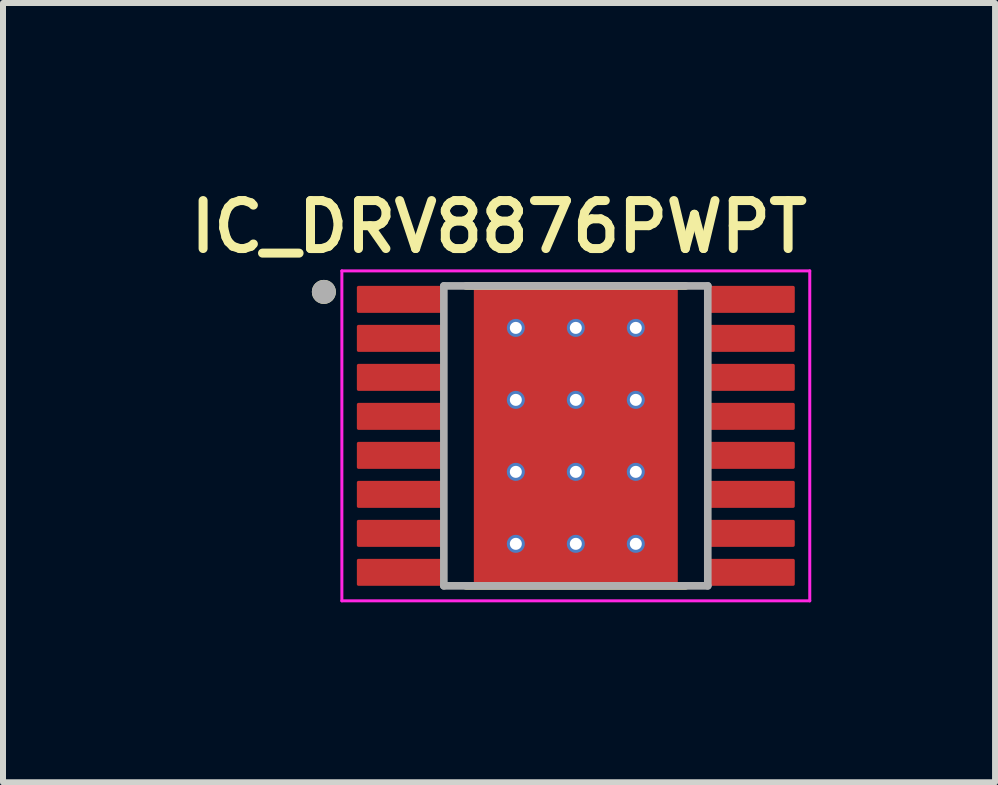
<source format=kicad_pcb>
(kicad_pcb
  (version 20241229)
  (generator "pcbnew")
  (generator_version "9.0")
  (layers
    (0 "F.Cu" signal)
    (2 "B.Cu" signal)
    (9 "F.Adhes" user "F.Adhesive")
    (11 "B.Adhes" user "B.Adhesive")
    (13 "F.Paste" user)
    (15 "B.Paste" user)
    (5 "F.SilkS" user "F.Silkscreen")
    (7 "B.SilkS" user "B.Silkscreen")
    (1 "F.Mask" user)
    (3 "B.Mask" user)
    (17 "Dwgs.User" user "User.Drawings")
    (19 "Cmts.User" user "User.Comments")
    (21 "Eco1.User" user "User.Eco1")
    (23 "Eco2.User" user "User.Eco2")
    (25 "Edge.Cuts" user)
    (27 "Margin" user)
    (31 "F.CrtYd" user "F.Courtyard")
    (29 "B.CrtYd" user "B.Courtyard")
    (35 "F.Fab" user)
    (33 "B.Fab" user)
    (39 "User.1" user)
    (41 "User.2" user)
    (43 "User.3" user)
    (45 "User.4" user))
  (footprint "IC_DRV8876PWPT"
    (layer "F.Cu")
    (at 6.549 4.216)
    (property "Reference" "IC_DRV8876PWPT" (at -1.28 -3.485 0) (layer "F.SilkS") (effects (font (size 0.8 0.8) (thickness 0.15))))
    (attr through_hole)
    (fp_poly (pts (xy -1.23 -1.155) (xy 1.23 -1.155) (xy 1.23 1.155) (xy -1.23 1.155)) (stroke (width 0.01) (type solid)) (fill yes) (layer "F.Mask"))
    (fp_line (start -1.83 -2.5) (end 1.83 -2.5) (stroke (width 0.127) (type solid)) (layer "F.SilkS"))
    (fp_line (start -1.83 2.5) (end 1.83 2.5) (stroke (width 0.127) (type solid)) (layer "F.SilkS"))
    (fp_circle (center -4.2 -2.4) (end -4.1 -2.4) (stroke (width 0.2) (type solid)) (fill no) (layer "F.SilkS"))
    (fp_poly (pts (xy -1.23 -1.155) (xy 1.23 -1.155) (xy 1.23 1.155) (xy -1.23 1.155)) (stroke (width 0.01) (type solid)) (fill yes) (layer "F.Paste"))
    (fp_line (start -3.9 -2.75) (end -3.9 2.75) (stroke (width 0.05) (type solid)) (layer "F.CrtYd"))
    (fp_line (start -3.9 -2.75) (end 3.9 -2.75) (stroke (width 0.05) (type solid)) (layer "F.CrtYd"))
    (fp_line (start -3.9 2.75) (end 3.9 2.75) (stroke (width 0.05) (type solid)) (layer "F.CrtYd"))
    (fp_line (start 3.9 -2.75) (end 3.9 2.75) (stroke (width 0.05) (type solid)) (layer "F.CrtYd"))
    (fp_line (start -2.2 -2.5) (end -2.2 2.5) (stroke (width 0.127) (type solid)) (layer "F.Fab"))
    (fp_line (start -2.2 -2.5) (end 2.2 -2.5) (stroke (width 0.127) (type solid)) (layer "F.Fab"))
    (fp_line (start -2.2 2.5) (end 2.2 2.5) (stroke (width 0.127) (type solid)) (layer "F.Fab"))
    (fp_line (start 2.2 -2.5) (end 2.2 2.5) (stroke (width 0.127) (type solid)) (layer "F.Fab"))
    (fp_circle (center -4.2 -2.4) (end -4.1 -2.4) (stroke (width 0.2) (type solid)) (fill no) (layer "F.Fab"))
    (pad "1" smd roundrect (at -2.9 -2.275) (size 1.5 0.45) (layers "F.Cu" "F.Mask" "F.Paste") (roundrect_rratio 0.06))
    (pad "2" smd roundrect (at -2.9 -1.625) (size 1.5 0.45) (layers "F.Cu" "F.Mask" "F.Paste") (roundrect_rratio 0.06))
    (pad "3" smd roundrect (at -2.9 -0.975) (size 1.5 0.45) (layers "F.Cu" "F.Mask" "F.Paste") (roundrect_rratio 0.06))
    (pad "4" smd roundrect (at -2.9 -0.325) (size 1.5 0.45) (layers "F.Cu" "F.Mask" "F.Paste") (roundrect_rratio 0.06))
    (pad "5" smd roundrect (at -2.9 0.325) (size 1.5 0.45) (layers "F.Cu" "F.Mask" "F.Paste") (roundrect_rratio 0.06))
    (pad "6" smd roundrect (at -2.9 0.975) (size 1.5 0.45) (layers "F.Cu" "F.Mask" "F.Paste") (roundrect_rratio 0.06))
    (pad "7" smd roundrect (at -2.9 1.625) (size 1.5 0.45) (layers "F.Cu" "F.Mask" "F.Paste") (roundrect_rratio 0.06))
    (pad "8" smd roundrect (at -2.9 2.275) (size 1.5 0.45) (layers "F.Cu" "F.Mask" "F.Paste") (roundrect_rratio 0.06))
    (pad "9" smd roundrect (at 2.9 2.275) (size 1.5 0.45) (layers "F.Cu" "F.Mask" "F.Paste") (roundrect_rratio 0.06))
    (pad "10" smd roundrect (at 2.9 1.625) (size 1.5 0.45) (layers "F.Cu" "F.Mask" "F.Paste") (roundrect_rratio 0.06))
    (pad "11" smd roundrect (at 2.9 0.975) (size 1.5 0.45) (layers "F.Cu" "F.Mask" "F.Paste") (roundrect_rratio 0.06))
    (pad "12" smd roundrect (at 2.9 0.325) (size 1.5 0.45) (layers "F.Cu" "F.Mask" "F.Paste") (roundrect_rratio 0.06))
    (pad "13" smd roundrect (at 2.9 -0.325) (size 1.5 0.45) (layers "F.Cu" "F.Mask" "F.Paste") (roundrect_rratio 0.06))
    (pad "14" smd roundrect (at 2.9 -0.975) (size 1.5 0.45) (layers "F.Cu" "F.Mask" "F.Paste") (roundrect_rratio 0.06))
    (pad "15" smd roundrect (at 2.9 -1.625) (size 1.5 0.45) (layers "F.Cu" "F.Mask" "F.Paste") (roundrect_rratio 0.06))
    (pad "16" smd roundrect (at 2.9 -2.275) (size 1.5 0.45) (layers "F.Cu" "F.Mask" "F.Paste") (roundrect_rratio 0.06))
    (pad "17" smd rect (at 0 0) (size 3.4 5) (layers "F.Cu"))
    (pad "18" thru_hole circle (at -1 -1.8) (size 0.3 0.3) (drill 0.2) (layers "*.Cu"))
    (pad "19" thru_hole circle (at 0 -1.8) (size 0.3 0.3) (drill 0.2) (layers "*.Cu"))
    (pad "20" thru_hole circle (at 1 -1.8) (size 0.3 0.3) (drill 0.2) (layers "*.Cu"))
    (pad "21" thru_hole circle (at -1 -0.6) (size 0.3 0.3) (drill 0.2) (layers "*.Cu"))
    (pad "22" thru_hole circle (at 0 -0.6) (size 0.3 0.3) (drill 0.2) (layers "*.Cu"))
    (pad "23" thru_hole circle (at 1 -0.6) (size 0.3 0.3) (drill 0.2) (layers "*.Cu"))
    (pad "24" thru_hole circle (at -1 0.6) (size 0.3 0.3) (drill 0.2) (layers "*.Cu"))
    (pad "25" thru_hole circle (at 0 0.6) (size 0.3 0.3) (drill 0.2) (layers "*.Cu"))
    (pad "26" thru_hole circle (at 1 0.6) (size 0.3 0.3) (drill 0.2) (layers "*.Cu"))
    (pad "27" thru_hole circle (at -1 1.8) (size 0.3 0.3) (drill 0.2) (layers "*.Cu"))
    (pad "28" thru_hole circle (at 0 1.8) (size 0.3 0.3) (drill 0.2) (layers "*.Cu"))
    (pad "29" thru_hole circle (at 1 1.8) (size 0.3 0.3) (drill 0.2) (layers "*.Cu")))
  (gr_rect
    (start -3 -3)
    (end 13.538 9.991)
    (stroke (width 0.1) (type default))
    (fill no)
    (layer "Edge.Cuts")))
</source>
